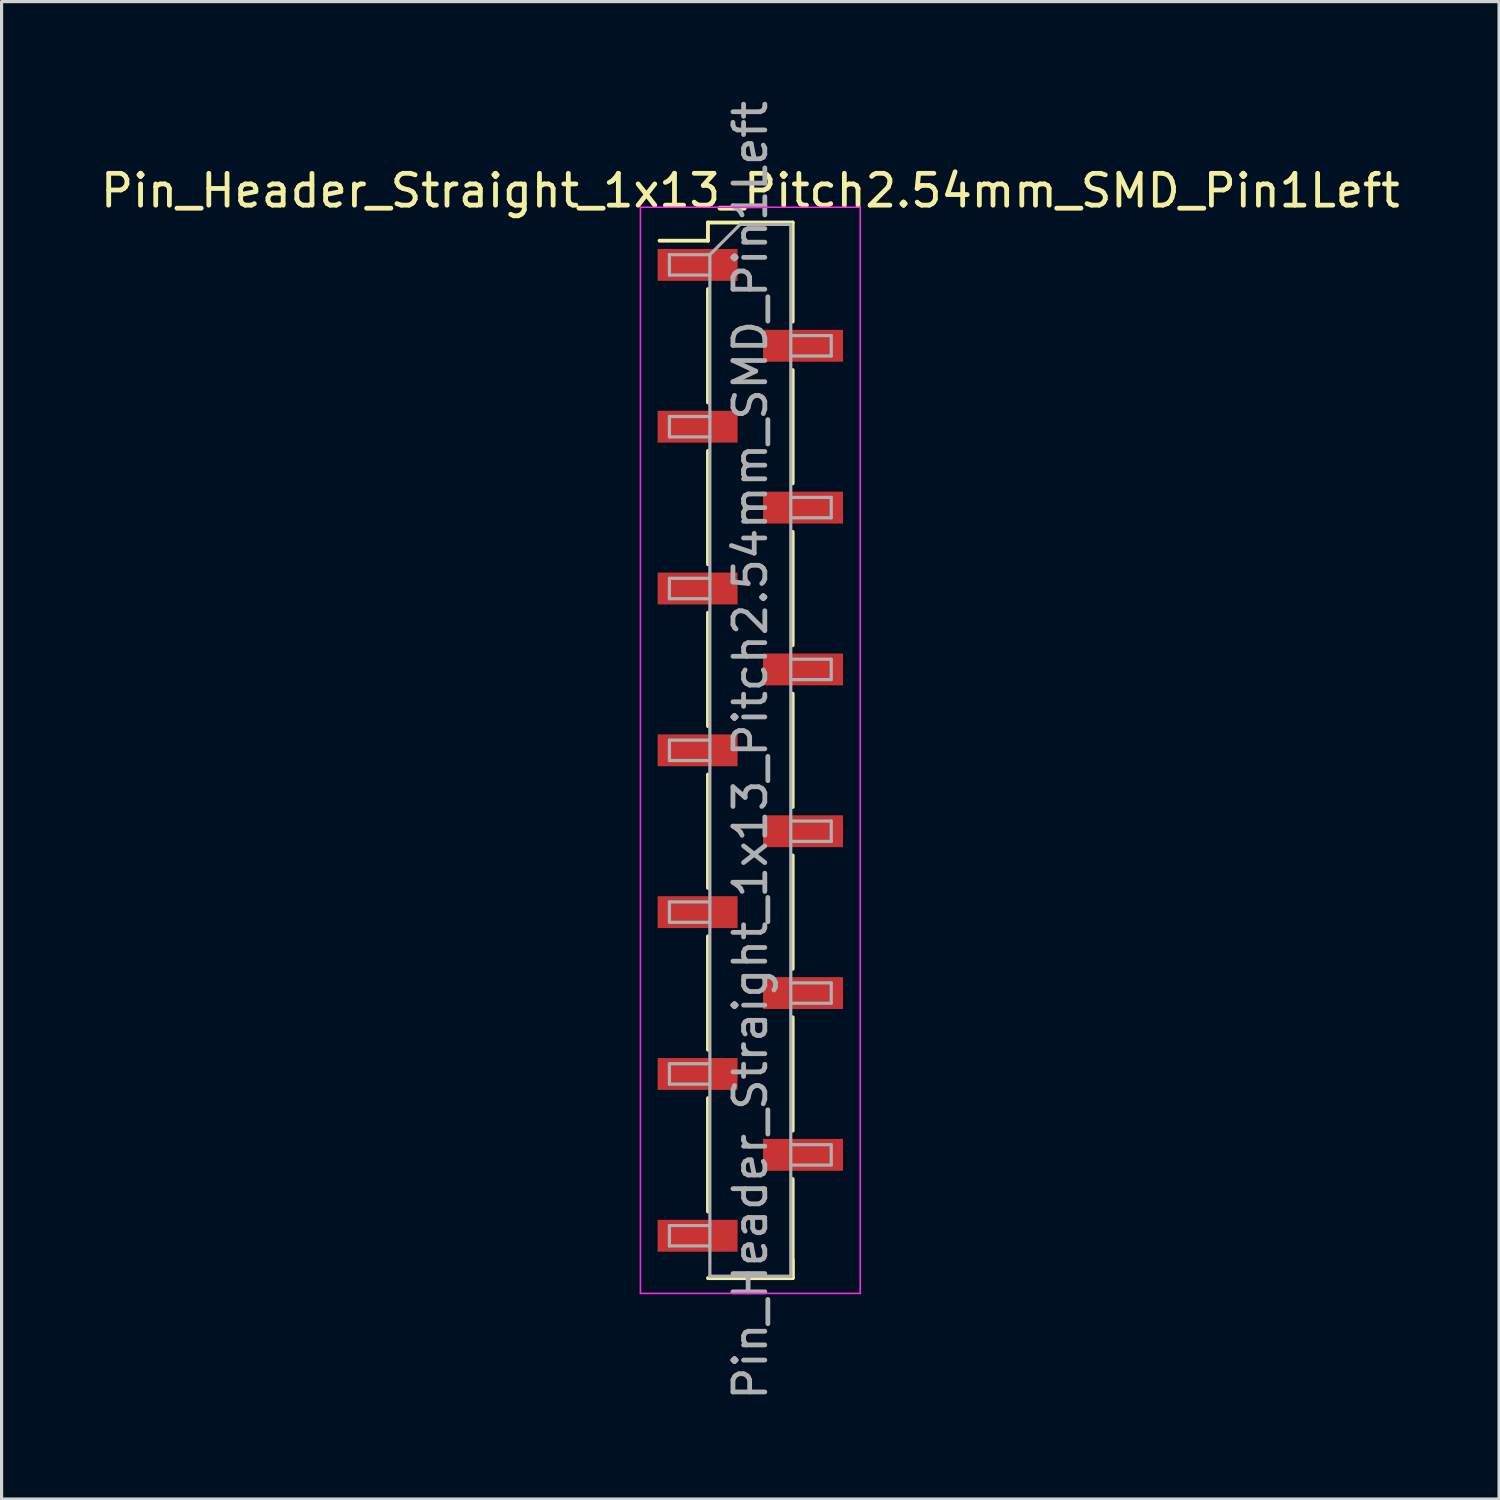
<source format=kicad_pcb>
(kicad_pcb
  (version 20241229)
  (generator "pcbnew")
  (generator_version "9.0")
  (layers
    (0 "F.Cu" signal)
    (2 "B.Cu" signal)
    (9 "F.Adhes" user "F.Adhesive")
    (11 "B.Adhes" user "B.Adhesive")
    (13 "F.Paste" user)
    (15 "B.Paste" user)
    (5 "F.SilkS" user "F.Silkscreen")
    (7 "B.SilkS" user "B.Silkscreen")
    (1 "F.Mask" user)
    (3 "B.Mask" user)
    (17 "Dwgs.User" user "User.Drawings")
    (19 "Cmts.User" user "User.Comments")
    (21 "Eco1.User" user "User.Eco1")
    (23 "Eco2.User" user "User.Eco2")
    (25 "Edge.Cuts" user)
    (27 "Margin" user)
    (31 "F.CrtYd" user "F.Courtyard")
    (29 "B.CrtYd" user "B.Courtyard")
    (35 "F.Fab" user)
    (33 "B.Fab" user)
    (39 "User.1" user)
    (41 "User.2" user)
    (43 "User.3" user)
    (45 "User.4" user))
  (footprint "Pin_Header_Straight_1x13_Pitch2.54mm_SMD_Pin1Left"
    (layer "F.Cu")
    (at 20.506 20.506)
    (property "Reference" "Pin_Header_Straight_1x13_Pitch2.54mm_SMD_Pin1Left" (at 0 -17.57 0) (layer "F.SilkS") (effects (font (size 1 1) (thickness 0.15))))
    (attr smd)
    (fp_line (start -1.33 -16.57) (end -1.33 -16) (stroke (width 0.12) (type solid)) (layer "F.SilkS"))
    (fp_line (start -1.33 -16.57) (end 1.33 -16.57) (stroke (width 0.12) (type solid)) (layer "F.SilkS"))
    (fp_line (start -1.33 -16) (end -2.85 -16) (stroke (width 0.12) (type solid)) (layer "F.SilkS"))
    (fp_line (start -1.33 -14.48) (end -1.33 -10.92) (stroke (width 0.12) (type solid)) (layer "F.SilkS"))
    (fp_line (start -1.33 -9.4) (end -1.33 -5.84) (stroke (width 0.12) (type solid)) (layer "F.SilkS"))
    (fp_line (start -1.33 -4.32) (end -1.33 -0.76) (stroke (width 0.12) (type solid)) (layer "F.SilkS"))
    (fp_line (start -1.33 0.76) (end -1.33 4.32) (stroke (width 0.12) (type solid)) (layer "F.SilkS"))
    (fp_line (start -1.33 5.84) (end -1.33 9.4) (stroke (width 0.12) (type solid)) (layer "F.SilkS"))
    (fp_line (start -1.33 10.92) (end -1.33 14.48) (stroke (width 0.12) (type solid)) (layer "F.SilkS"))
    (fp_line (start -1.33 16.57) (end 1.33 16.57) (stroke (width 0.12) (type solid)) (layer "F.SilkS"))
    (fp_line (start 1.33 -16.57) (end 1.33 -13.46) (stroke (width 0.12) (type solid)) (layer "F.SilkS"))
    (fp_line (start 1.33 -11.94) (end 1.33 -8.38) (stroke (width 0.12) (type solid)) (layer "F.SilkS"))
    (fp_line (start 1.33 -6.86) (end 1.33 -3.3) (stroke (width 0.12) (type solid)) (layer "F.SilkS"))
    (fp_line (start 1.33 -1.78) (end 1.33 1.78) (stroke (width 0.12) (type solid)) (layer "F.SilkS"))
    (fp_line (start 1.33 3.3) (end 1.33 6.86) (stroke (width 0.12) (type solid)) (layer "F.SilkS"))
    (fp_line (start 1.33 8.38) (end 1.33 11.94) (stroke (width 0.12) (type solid)) (layer "F.SilkS"))
    (fp_line (start 1.33 13.46) (end 1.33 16.57) (stroke (width 0.12) (type solid)) (layer "F.SilkS"))
    (fp_line (start 1.33 16) (end 1.33 16.57) (stroke (width 0.12) (type solid)) (layer "F.SilkS"))
    (fp_line (start -3.45 -17.05) (end -3.45 17.05) (stroke (width 0.05) (type solid)) (layer "F.CrtYd"))
    (fp_line (start -3.45 17.05) (end 3.45 17.05) (stroke (width 0.05) (type solid)) (layer "F.CrtYd"))
    (fp_line (start 3.45 -17.05) (end -3.45 -17.05) (stroke (width 0.05) (type solid)) (layer "F.CrtYd"))
    (fp_line (start 3.45 17.05) (end 3.45 -17.05) (stroke (width 0.05) (type solid)) (layer "F.CrtYd"))
    (fp_line (start -2.54 -15.56) (end -2.54 -14.92) (stroke (width 0.1) (type solid)) (layer "F.Fab"))
    (fp_line (start -2.54 -14.92) (end -1.27 -14.92) (stroke (width 0.1) (type solid)) (layer "F.Fab"))
    (fp_line (start -2.54 -10.48) (end -2.54 -9.84) (stroke (width 0.1) (type solid)) (layer "F.Fab"))
    (fp_line (start -2.54 -9.84) (end -1.27 -9.84) (stroke (width 0.1) (type solid)) (layer "F.Fab"))
    (fp_line (start -2.54 -5.4) (end -2.54 -4.76) (stroke (width 0.1) (type solid)) (layer "F.Fab"))
    (fp_line (start -2.54 -4.76) (end -1.27 -4.76) (stroke (width 0.1) (type solid)) (layer "F.Fab"))
    (fp_line (start -2.54 -0.32) (end -2.54 0.32) (stroke (width 0.1) (type solid)) (layer "F.Fab"))
    (fp_line (start -2.54 0.32) (end -1.27 0.32) (stroke (width 0.1) (type solid)) (layer "F.Fab"))
    (fp_line (start -2.54 4.76) (end -2.54 5.4) (stroke (width 0.1) (type solid)) (layer "F.Fab"))
    (fp_line (start -2.54 5.4) (end -1.27 5.4) (stroke (width 0.1) (type solid)) (layer "F.Fab"))
    (fp_line (start -2.54 9.84) (end -2.54 10.48) (stroke (width 0.1) (type solid)) (layer "F.Fab"))
    (fp_line (start -2.54 10.48) (end -1.27 10.48) (stroke (width 0.1) (type solid)) (layer "F.Fab"))
    (fp_line (start -2.54 14.92) (end -2.54 15.56) (stroke (width 0.1) (type solid)) (layer "F.Fab"))
    (fp_line (start -2.54 15.56) (end -1.27 15.56) (stroke (width 0.1) (type solid)) (layer "F.Fab"))
    (fp_line (start -1.27 -15.56) (end -2.54 -15.56) (stroke (width 0.1) (type solid)) (layer "F.Fab"))
    (fp_line (start -1.27 -15.56) (end -0.32 -16.51) (stroke (width 0.1) (type solid)) (layer "F.Fab"))
    (fp_line (start -1.27 -10.48) (end -2.54 -10.48) (stroke (width 0.1) (type solid)) (layer "F.Fab"))
    (fp_line (start -1.27 -5.4) (end -2.54 -5.4) (stroke (width 0.1) (type solid)) (layer "F.Fab"))
    (fp_line (start -1.27 -0.32) (end -2.54 -0.32) (stroke (width 0.1) (type solid)) (layer "F.Fab"))
    (fp_line (start -1.27 4.76) (end -2.54 4.76) (stroke (width 0.1) (type solid)) (layer "F.Fab"))
    (fp_line (start -1.27 9.84) (end -2.54 9.84) (stroke (width 0.1) (type solid)) (layer "F.Fab"))
    (fp_line (start -1.27 14.92) (end -2.54 14.92) (stroke (width 0.1) (type solid)) (layer "F.Fab"))
    (fp_line (start -1.27 16.51) (end -1.27 -15.56) (stroke (width 0.1) (type solid)) (layer "F.Fab"))
    (fp_line (start -0.32 -16.51) (end 1.27 -16.51) (stroke (width 0.1) (type solid)) (layer "F.Fab"))
    (fp_line (start 1.27 -16.51) (end 1.27 16.51) (stroke (width 0.1) (type solid)) (layer "F.Fab"))
    (fp_line (start 1.27 -13.02) (end 2.54 -13.02) (stroke (width 0.1) (type solid)) (layer "F.Fab"))
    (fp_line (start 1.27 -7.94) (end 2.54 -7.94) (stroke (width 0.1) (type solid)) (layer "F.Fab"))
    (fp_line (start 1.27 -2.86) (end 2.54 -2.86) (stroke (width 0.1) (type solid)) (layer "F.Fab"))
    (fp_line (start 1.27 2.22) (end 2.54 2.22) (stroke (width 0.1) (type solid)) (layer "F.Fab"))
    (fp_line (start 1.27 7.3) (end 2.54 7.3) (stroke (width 0.1) (type solid)) (layer "F.Fab"))
    (fp_line (start 1.27 12.38) (end 2.54 12.38) (stroke (width 0.1) (type solid)) (layer "F.Fab"))
    (fp_line (start 1.27 16.51) (end -1.27 16.51) (stroke (width 0.1) (type solid)) (layer "F.Fab"))
    (fp_line (start 2.54 -13.02) (end 2.54 -12.38) (stroke (width 0.1) (type solid)) (layer "F.Fab"))
    (fp_line (start 2.54 -12.38) (end 1.27 -12.38) (stroke (width 0.1) (type solid)) (layer "F.Fab"))
    (fp_line (start 2.54 -7.94) (end 2.54 -7.3) (stroke (width 0.1) (type solid)) (layer "F.Fab"))
    (fp_line (start 2.54 -7.3) (end 1.27 -7.3) (stroke (width 0.1) (type solid)) (layer "F.Fab"))
    (fp_line (start 2.54 -2.86) (end 2.54 -2.22) (stroke (width 0.1) (type solid)) (layer "F.Fab"))
    (fp_line (start 2.54 -2.22) (end 1.27 -2.22) (stroke (width 0.1) (type solid)) (layer "F.Fab"))
    (fp_line (start 2.54 2.22) (end 2.54 2.86) (stroke (width 0.1) (type solid)) (layer "F.Fab"))
    (fp_line (start 2.54 2.86) (end 1.27 2.86) (stroke (width 0.1) (type solid)) (layer "F.Fab"))
    (fp_line (start 2.54 7.3) (end 2.54 7.94) (stroke (width 0.1) (type solid)) (layer "F.Fab"))
    (fp_line (start 2.54 7.94) (end 1.27 7.94) (stroke (width 0.1) (type solid)) (layer "F.Fab"))
    (fp_line (start 2.54 12.38) (end 2.54 13.02) (stroke (width 0.1) (type solid)) (layer "F.Fab"))
    (fp_line (start 2.54 13.02) (end 1.27 13.02) (stroke (width 0.1) (type solid)) (layer "F.Fab"))
    (fp_text user "${REFERENCE}" (at 0 0 90) (layer "F.Fab") (effects (font (size 1 1) (thickness 0.15))))
    (pad "1" smd rect (at -1.655 -15.24) (size 2.51 1) (layers "F.Cu" "F.Mask" "F.Paste"))
    (pad "2" smd rect (at 1.655 -12.7) (size 2.51 1) (layers "F.Cu" "F.Mask" "F.Paste"))
    (pad "3" smd rect (at -1.655 -10.16) (size 2.51 1) (layers "F.Cu" "F.Mask" "F.Paste"))
    (pad "4" smd rect (at 1.655 -7.62) (size 2.51 1) (layers "F.Cu" "F.Mask" "F.Paste"))
    (pad "5" smd rect (at -1.655 -5.08) (size 2.51 1) (layers "F.Cu" "F.Mask" "F.Paste"))
    (pad "6" smd rect (at 1.655 -2.54) (size 2.51 1) (layers "F.Cu" "F.Mask" "F.Paste"))
    (pad "7" smd rect (at -1.655 0) (size 2.51 1) (layers "F.Cu" "F.Mask" "F.Paste"))
    (pad "8" smd rect (at 1.655 2.54) (size 2.51 1) (layers "F.Cu" "F.Mask" "F.Paste"))
    (pad "9" smd rect (at -1.655 5.08) (size 2.51 1) (layers "F.Cu" "F.Mask" "F.Paste"))
    (pad "10" smd rect (at 1.655 7.62) (size 2.51 1) (layers "F.Cu" "F.Mask" "F.Paste"))
    (pad "11" smd rect (at -1.655 10.16) (size 2.51 1) (layers "F.Cu" "F.Mask" "F.Paste"))
    (pad "12" smd rect (at 1.655 12.7) (size 2.51 1) (layers "F.Cu" "F.Mask" "F.Paste"))
    (pad "13" smd rect (at -1.655 15.24) (size 2.51 1) (layers "F.Cu" "F.Mask" "F.Paste")))
  (gr_rect
    (start -3 -3)
    (end 44.012 44.012)
    (stroke (width 0.1) (type default))
    (fill no)
    (layer "Edge.Cuts")))
</source>
